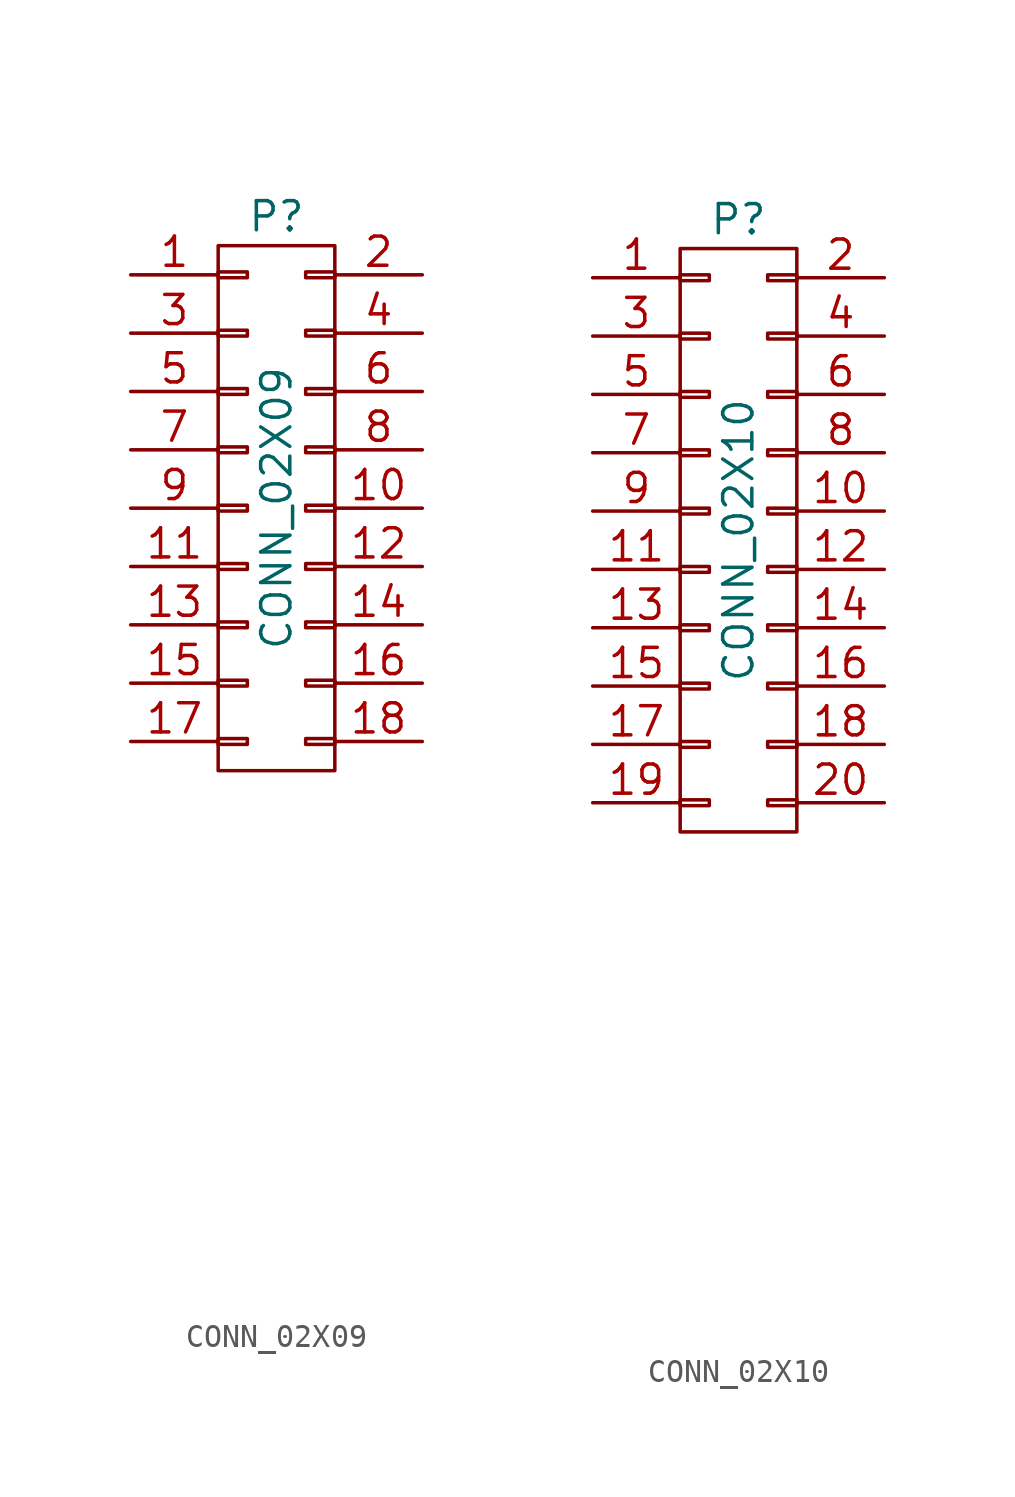
<source format=kicad_sym>
(kicad_symbol_lib
  (version 20211014)
  (generator kicad_symbol_editor)
  (symbol "CONN_02X09"
    (pin_names
      (offset 0.025) hide)
    (property "Reference" "P"
      (at 0 12.7 0)
      (effects (font (size 1.27 1.27))))
    (property "Value" "CONN_02X09"
      (at 0 0 90)
      (effects (font (size 1.27 1.27))))
    (property "Footprint" ""
      (at 0 -30.48 0)
      (effects (font (size 1.27 1.27))))
    (property "Datasheet" ""
      (at 0 -30.48 0)
      (effects (font (size 1.27 1.27))))
    (symbol "CONN_02X09_0_1"
      (rectangle (start -2.54 -10.033) (end -1.27 -10.287) (stroke (width 0) (type default) (color 0 0 0 0)) (fill (type none)))
      (rectangle (start -2.54 -7.493) (end -1.27 -7.747) (stroke (width 0) (type default) (color 0 0 0 0)) (fill (type none)))
      (rectangle (start -2.54 -4.953) (end -1.27 -5.207) (stroke (width 0) (type default) (color 0 0 0 0)) (fill (type none)))
      (rectangle (start -2.54 -2.413) (end -1.27 -2.667) (stroke (width 0) (type default) (color 0 0 0 0)) (fill (type none)))
      (rectangle (start -2.54 0.127) (end -1.27 -0.127) (stroke (width 0) (type default) (color 0 0 0 0)) (fill (type none)))
      (rectangle (start -2.54 2.667) (end -1.27 2.413) (stroke (width 0) (type default) (color 0 0 0 0)) (fill (type none)))
      (rectangle (start -2.54 5.207) (end -1.27 4.953) (stroke (width 0) (type default) (color 0 0 0 0)) (fill (type none)))
      (rectangle (start -2.54 7.747) (end -1.27 7.493) (stroke (width 0) (type default) (color 0 0 0 0)) (fill (type none)))
      (rectangle (start -2.54 10.287) (end -1.27 10.033) (stroke (width 0) (type default) (color 0 0 0 0)) (fill (type none)))
      (rectangle (start -2.54 11.43) (end 2.54 -11.43) (stroke (width 0) (type default) (color 0 0 0 0)) (fill (type none)))
      (rectangle (start 1.27 -10.033) (end 2.54 -10.287) (stroke (width 0) (type default) (color 0 0 0 0)) (fill (type none)))
      (rectangle (start 1.27 -7.493) (end 2.54 -7.747) (stroke (width 0) (type default) (color 0 0 0 0)) (fill (type none)))
      (rectangle (start 1.27 -4.953) (end 2.54 -5.207) (stroke (width 0) (type default) (color 0 0 0 0)) (fill (type none)))
      (rectangle (start 1.27 -2.413) (end 2.54 -2.667) (stroke (width 0) (type default) (color 0 0 0 0)) (fill (type none)))
      (rectangle (start 1.27 0.127) (end 2.54 -0.127) (stroke (width 0) (type default) (color 0 0 0 0)) (fill (type none)))
      (rectangle (start 1.27 2.667) (end 2.54 2.413) (stroke (width 0) (type default) (color 0 0 0 0)) (fill (type none)))
      (rectangle (start 1.27 5.207) (end 2.54 4.953) (stroke (width 0) (type default) (color 0 0 0 0)) (fill (type none)))
      (rectangle (start 1.27 7.747) (end 2.54 7.493) (stroke (width 0) (type default) (color 0 0 0 0)) (fill (type none)))
      (rectangle (start 1.27 10.287) (end 2.54 10.033) (stroke (width 0) (type default) (color 0 0 0 0)) (fill (type none))))
    (symbol "CONN_02X09_1_1"
      (pin passive line (at -6.35 10.16 0) (length 3.81) (name "P1" (effects (font (size 1.27 1.27)))) (number "1" (effects (font (size 1.27 1.27)))))
      (pin passive line (at 6.35 0 180) (length 3.81) (name "P10" (effects (font (size 1.27 1.27)))) (number "10" (effects (font (size 1.27 1.27)))))
      (pin passive line (at -6.35 -2.54 0) (length 3.81) (name "P11" (effects (font (size 1.27 1.27)))) (number "11" (effects (font (size 1.27 1.27)))))
      (pin passive line (at 6.35 -2.54 180) (length 3.81) (name "P12" (effects (font (size 1.27 1.27)))) (number "12" (effects (font (size 1.27 1.27)))))
      (pin passive line (at -6.35 -5.08 0) (length 3.81) (name "P13" (effects (font (size 1.27 1.27)))) (number "13" (effects (font (size 1.27 1.27)))))
      (pin passive line (at 6.35 -5.08 180) (length 3.81) (name "P14" (effects (font (size 1.27 1.27)))) (number "14" (effects (font (size 1.27 1.27)))))
      (pin passive line (at -6.35 -7.62 0) (length 3.81) (name "P15" (effects (font (size 1.27 1.27)))) (number "15" (effects (font (size 1.27 1.27)))))
      (pin passive line (at 6.35 -7.62 180) (length 3.81) (name "P16" (effects (font (size 1.27 1.27)))) (number "16" (effects (font (size 1.27 1.27)))))
      (pin passive line (at -6.35 -10.16 0) (length 3.81) (name "P17" (effects (font (size 1.27 1.27)))) (number "17" (effects (font (size 1.27 1.27)))))
      (pin passive line (at 6.35 -10.16 180) (length 3.81) (name "P18" (effects (font (size 1.27 1.27)))) (number "18" (effects (font (size 1.27 1.27)))))
      (pin passive line (at 6.35 10.16 180) (length 3.81) (name "P2" (effects (font (size 1.27 1.27)))) (number "2" (effects (font (size 1.27 1.27)))))
      (pin passive line (at -6.35 7.62 0) (length 3.81) (name "P3" (effects (font (size 1.27 1.27)))) (number "3" (effects (font (size 1.27 1.27)))))
      (pin passive line (at 6.35 7.62 180) (length 3.81) (name "P4" (effects (font (size 1.27 1.27)))) (number "4" (effects (font (size 1.27 1.27)))))
      (pin passive line (at -6.35 5.08 0) (length 3.81) (name "P5" (effects (font (size 1.27 1.27)))) (number "5" (effects (font (size 1.27 1.27)))))
      (pin passive line (at 6.35 5.08 180) (length 3.81) (name "P6" (effects (font (size 1.27 1.27)))) (number "6" (effects (font (size 1.27 1.27)))))
      (pin passive line (at -6.35 2.54 0) (length 3.81) (name "P7" (effects (font (size 1.27 1.27)))) (number "7" (effects (font (size 1.27 1.27)))))
      (pin passive line (at 6.35 2.54 180) (length 3.81) (name "P8" (effects (font (size 1.27 1.27)))) (number "8" (effects (font (size 1.27 1.27)))))
      (pin passive line (at -6.35 0 0) (length 3.81) (name "P9" (effects (font (size 1.27 1.27)))) (number "9" (effects (font (size 1.27 1.27)))))))
  (symbol "CONN_02X10"
    (pin_names
      (offset 0.025) hide)
    (property "Reference" "P"
      (at 0 13.97 0)
      (effects (font (size 1.27 1.27))))
    (property "Value" "CONN_02X10"
      (at 0 0 90)
      (effects (font (size 1.27 1.27))))
    (property "Footprint" ""
      (at 0 -30.48 0)
      (effects (font (size 1.27 1.27))))
    (property "Datasheet" ""
      (at 0 -30.48 0)
      (effects (font (size 1.27 1.27))))
    (symbol "CONN_02X10_0_1"
      (rectangle (start -2.54 -11.303) (end -1.27 -11.557) (stroke (width 0) (type default) (color 0 0 0 0)) (fill (type none)))
      (rectangle (start -2.54 -8.763) (end -1.27 -9.017) (stroke (width 0) (type default) (color 0 0 0 0)) (fill (type none)))
      (rectangle (start -2.54 -6.223) (end -1.27 -6.477) (stroke (width 0) (type default) (color 0 0 0 0)) (fill (type none)))
      (rectangle (start -2.54 -3.683) (end -1.27 -3.937) (stroke (width 0) (type default) (color 0 0 0 0)) (fill (type none)))
      (rectangle (start -2.54 -1.143) (end -1.27 -1.397) (stroke (width 0) (type default) (color 0 0 0 0)) (fill (type none)))
      (rectangle (start -2.54 1.397) (end -1.27 1.143) (stroke (width 0) (type default) (color 0 0 0 0)) (fill (type none)))
      (rectangle (start -2.54 3.937) (end -1.27 3.683) (stroke (width 0) (type default) (color 0 0 0 0)) (fill (type none)))
      (rectangle (start -2.54 6.477) (end -1.27 6.223) (stroke (width 0) (type default) (color 0 0 0 0)) (fill (type none)))
      (rectangle (start -2.54 9.017) (end -1.27 8.763) (stroke (width 0) (type default) (color 0 0 0 0)) (fill (type none)))
      (rectangle (start -2.54 11.557) (end -1.27 11.303) (stroke (width 0) (type default) (color 0 0 0 0)) (fill (type none)))
      (rectangle (start -2.54 12.7) (end 2.54 -12.7) (stroke (width 0) (type default) (color 0 0 0 0)) (fill (type none)))
      (rectangle (start 1.27 -11.303) (end 2.54 -11.557) (stroke (width 0) (type default) (color 0 0 0 0)) (fill (type none)))
      (rectangle (start 1.27 -8.763) (end 2.54 -9.017) (stroke (width 0) (type default) (color 0 0 0 0)) (fill (type none)))
      (rectangle (start 1.27 -6.223) (end 2.54 -6.477) (stroke (width 0) (type default) (color 0 0 0 0)) (fill (type none)))
      (rectangle (start 1.27 -3.683) (end 2.54 -3.937) (stroke (width 0) (type default) (color 0 0 0 0)) (fill (type none)))
      (rectangle (start 1.27 -1.143) (end 2.54 -1.397) (stroke (width 0) (type default) (color 0 0 0 0)) (fill (type none)))
      (rectangle (start 1.27 1.397) (end 2.54 1.143) (stroke (width 0) (type default) (color 0 0 0 0)) (fill (type none)))
      (rectangle (start 1.27 3.937) (end 2.54 3.683) (stroke (width 0) (type default) (color 0 0 0 0)) (fill (type none)))
      (rectangle (start 1.27 6.477) (end 2.54 6.223) (stroke (width 0) (type default) (color 0 0 0 0)) (fill (type none)))
      (rectangle (start 1.27 9.017) (end 2.54 8.763) (stroke (width 0) (type default) (color 0 0 0 0)) (fill (type none)))
      (rectangle (start 1.27 11.557) (end 2.54 11.303) (stroke (width 0) (type default) (color 0 0 0 0)) (fill (type none))))
    (symbol "CONN_02X10_1_1"
      (pin passive line (at -6.35 11.43 0) (length 3.81) (name "P1" (effects (font (size 1.27 1.27)))) (number "1" (effects (font (size 1.27 1.27)))))
      (pin passive line (at 6.35 1.27 180) (length 3.81) (name "P10" (effects (font (size 1.27 1.27)))) (number "10" (effects (font (size 1.27 1.27)))))
      (pin passive line (at -6.35 -1.27 0) (length 3.81) (name "P11" (effects (font (size 1.27 1.27)))) (number "11" (effects (font (size 1.27 1.27)))))
      (pin passive line (at 6.35 -1.27 180) (length 3.81) (name "P12" (effects (font (size 1.27 1.27)))) (number "12" (effects (font (size 1.27 1.27)))))
      (pin passive line (at -6.35 -3.81 0) (length 3.81) (name "P13" (effects (font (size 1.27 1.27)))) (number "13" (effects (font (size 1.27 1.27)))))
      (pin passive line (at 6.35 -3.81 180) (length 3.81) (name "P14" (effects (font (size 1.27 1.27)))) (number "14" (effects (font (size 1.27 1.27)))))
      (pin passive line (at -6.35 -6.35 0) (length 3.81) (name "P15" (effects (font (size 1.27 1.27)))) (number "15" (effects (font (size 1.27 1.27)))))
      (pin passive line (at 6.35 -6.35 180) (length 3.81) (name "P16" (effects (font (size 1.27 1.27)))) (number "16" (effects (font (size 1.27 1.27)))))
      (pin passive line (at -6.35 -8.89 0) (length 3.81) (name "P17" (effects (font (size 1.27 1.27)))) (number "17" (effects (font (size 1.27 1.27)))))
      (pin passive line (at 6.35 -8.89 180) (length 3.81) (name "P18" (effects (font (size 1.27 1.27)))) (number "18" (effects (font (size 1.27 1.27)))))
      (pin passive line (at -6.35 -11.43 0) (length 3.81) (name "P19" (effects (font (size 1.27 1.27)))) (number "19" (effects (font (size 1.27 1.27)))))
      (pin passive line (at 6.35 11.43 180) (length 3.81) (name "P2" (effects (font (size 1.27 1.27)))) (number "2" (effects (font (size 1.27 1.27)))))
      (pin passive line (at 6.35 -11.43 180) (length 3.81) (name "P20" (effects (font (size 1.27 1.27)))) (number "20" (effects (font (size 1.27 1.27)))))
      (pin passive line (at -6.35 8.89 0) (length 3.81) (name "P3" (effects (font (size 1.27 1.27)))) (number "3" (effects (font (size 1.27 1.27)))))
      (pin passive line (at 6.35 8.89 180) (length 3.81) (name "P4" (effects (font (size 1.27 1.27)))) (number "4" (effects (font (size 1.27 1.27)))))
      (pin passive line (at -6.35 6.35 0) (length 3.81) (name "P5" (effects (font (size 1.27 1.27)))) (number "5" (effects (font (size 1.27 1.27)))))
      (pin passive line (at 6.35 6.35 180) (length 3.81) (name "P6" (effects (font (size 1.27 1.27)))) (number "6" (effects (font (size 1.27 1.27)))))
      (pin passive line (at -6.35 3.81 0) (length 3.81) (name "P7" (effects (font (size 1.27 1.27)))) (number "7" (effects (font (size 1.27 1.27)))))
      (pin passive line (at 6.35 3.81 180) (length 3.81) (name "P8" (effects (font (size 1.27 1.27)))) (number "8" (effects (font (size 1.27 1.27)))))
      (pin passive line (at -6.35 1.27 0) (length 3.81) (name "P9" (effects (font (size 1.27 1.27)))) (number "9" (effects (font (size 1.27 1.27))))))))
</source>
